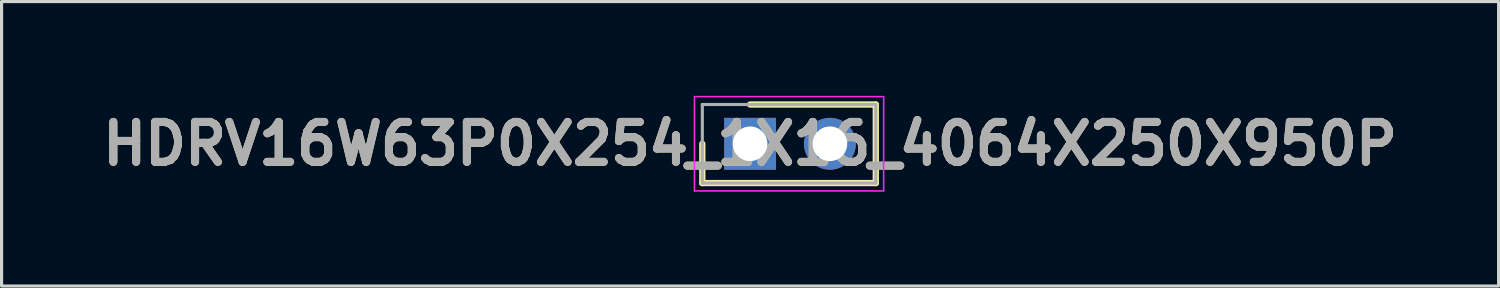
<source format=kicad_pcb>
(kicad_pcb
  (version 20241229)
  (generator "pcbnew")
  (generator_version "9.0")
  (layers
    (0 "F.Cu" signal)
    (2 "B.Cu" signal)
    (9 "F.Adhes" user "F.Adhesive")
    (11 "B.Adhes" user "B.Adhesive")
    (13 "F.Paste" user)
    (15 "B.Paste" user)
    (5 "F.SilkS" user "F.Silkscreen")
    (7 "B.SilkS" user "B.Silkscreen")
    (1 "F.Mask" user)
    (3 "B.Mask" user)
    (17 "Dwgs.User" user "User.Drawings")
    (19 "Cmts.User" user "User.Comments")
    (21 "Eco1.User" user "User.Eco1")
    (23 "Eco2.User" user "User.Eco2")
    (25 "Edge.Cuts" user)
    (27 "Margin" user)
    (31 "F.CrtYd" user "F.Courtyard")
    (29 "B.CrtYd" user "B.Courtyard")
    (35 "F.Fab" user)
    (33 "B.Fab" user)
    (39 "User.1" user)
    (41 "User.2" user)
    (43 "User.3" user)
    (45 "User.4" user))
  (footprint "HDRV16W63P0X254_1X16_4064X250X950P"
    (layer "F.Cu")
    (at 20.816 1.525)
    (property "Reference" "HDRV16W63P0X254_1X16_4064X250X950P" (at 0 0 0) (layer "F.SilkS") (effects (font (size 1.27 1.27) (thickness 0.254))))
    (attr through_hole)
    (fp_line (start -1.52 0) (end -1.52 1.25) (stroke (width 0.2) (type solid)) (layer "F.SilkS"))
    (fp_line (start -1.52 1.25) (end 4 1.25) (stroke (width 0.2) (type solid)) (layer "F.SilkS"))
    (fp_line (start 4 -1.25) (end 0 -1.25) (stroke (width 0.2) (type solid)) (layer "F.SilkS"))
    (fp_line (start 4 1.25) (end 4 -1.25) (stroke (width 0.2) (type solid)) (layer "F.SilkS"))
    (fp_line (start -1.77 -1.5) (end 4.25 -1.5) (stroke (width 0.05) (type solid)) (layer "F.CrtYd"))
    (fp_line (start -1.77 1.5) (end -1.77 -1.5) (stroke (width 0.05) (type solid)) (layer "F.CrtYd"))
    (fp_line (start 4.25 -1.5) (end 4.25 1.5) (stroke (width 0.05) (type solid)) (layer "F.CrtYd"))
    (fp_line (start 4.25 1.5) (end -1.77 1.5) (stroke (width 0.05) (type solid)) (layer "F.CrtYd"))
    (fp_line (start -1.52 -1.25) (end 4 -1.25) (stroke (width 0.1) (type solid)) (layer "F.Fab"))
    (fp_line (start -1.52 1.25) (end -1.52 -1.25) (stroke (width 0.1) (type solid)) (layer "F.Fab"))
    (fp_line (start 4 -1.25) (end 4 1.25) (stroke (width 0.1) (type solid)) (layer "F.Fab"))
    (fp_line (start 4 1.25) (end -1.52 1.25) (stroke (width 0.1) (type solid)) (layer "F.Fab"))
    (fp_text user "${REFERENCE}" (at 0 0 0) (layer "F.Fab") (effects (font (size 1.27 1.27) (thickness 0.254))))
    (pad "1" thru_hole rect (at 0 0) (size 1.65 1.65) (drill 1.1) (layers "*.Cu" "*.Mask"))
    (pad "2" thru_hole circle (at 2.54 0) (size 1.65 1.65) (drill 1.1) (layers "*.Cu" "*.Mask")))
  (gr_rect
    (start -3 -3)
    (end 44.632 6.05)
    (stroke (width 0.1) (type default))
    (fill no)
    (layer "Edge.Cuts")))
</source>
